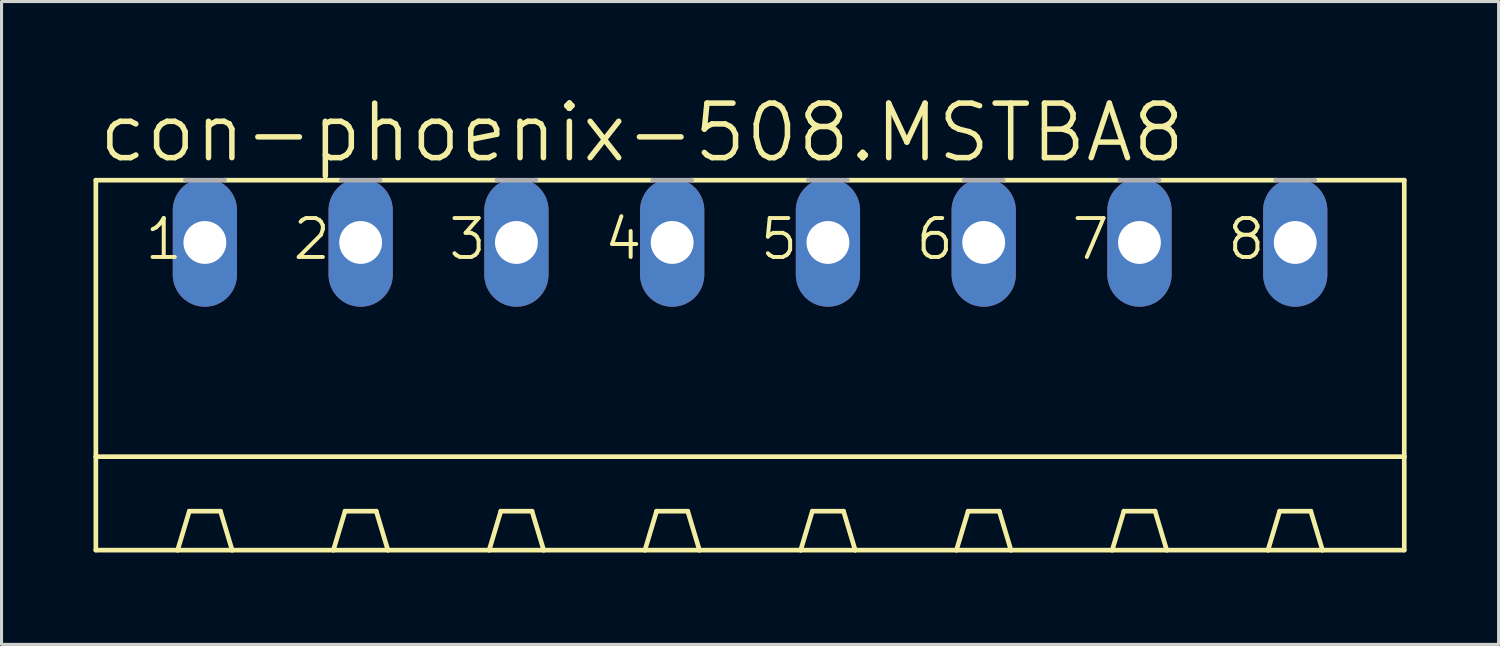
<source format=kicad_pcb>
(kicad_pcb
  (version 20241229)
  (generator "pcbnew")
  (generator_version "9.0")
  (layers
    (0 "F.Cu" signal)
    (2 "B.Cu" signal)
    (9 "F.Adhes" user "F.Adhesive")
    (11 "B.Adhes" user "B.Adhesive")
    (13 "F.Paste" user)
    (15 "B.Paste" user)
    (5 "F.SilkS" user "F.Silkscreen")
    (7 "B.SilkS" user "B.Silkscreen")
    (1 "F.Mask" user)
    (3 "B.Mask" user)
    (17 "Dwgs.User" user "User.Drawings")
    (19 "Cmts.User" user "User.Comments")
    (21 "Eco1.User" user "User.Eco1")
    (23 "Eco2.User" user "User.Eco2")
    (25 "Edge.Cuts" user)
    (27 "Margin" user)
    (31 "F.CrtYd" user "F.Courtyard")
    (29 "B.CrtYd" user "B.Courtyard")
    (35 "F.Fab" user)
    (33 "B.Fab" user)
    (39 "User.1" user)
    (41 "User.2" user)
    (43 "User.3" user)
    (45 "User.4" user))
  (footprint "con-phoenix-508.MSTBA8"
    (layer "F.Cu")
    (at 21.412 9.938)
    (property "Reference" "con-phoenix-508.MSTBA8" (at -21.336 -7.62 0) (layer "F.SilkS") (effects (font (size 1.778 1.778) (thickness 0.18)) (justify left bottom)))
    (attr through_hole)
    (fp_line (start -21.336 -7.112) (end -21.336 1.905) (stroke (width 0.152) (type default)) (layer "F.SilkS"))
    (fp_line (start -21.336 -7.112) (end -18.415 -7.112) (stroke (width 0.152) (type default)) (layer "F.SilkS"))
    (fp_line (start -21.336 1.905) (end -21.336 4.953) (stroke (width 0.152) (type default)) (layer "F.SilkS"))
    (fp_line (start -21.336 1.905) (end 21.336 1.905) (stroke (width 0.152) (type default)) (layer "F.SilkS"))
    (fp_line (start -21.336 4.953) (end -18.669 4.953) (stroke (width 0.152) (type default)) (layer "F.SilkS"))
    (fp_line (start -18.669 4.953) (end -18.288 3.683) (stroke (width 0.152) (type default)) (layer "F.SilkS"))
    (fp_line (start -18.669 4.953) (end -16.891 4.953) (stroke (width 0.152) (type default)) (layer "F.SilkS"))
    (fp_line (start -17.272 3.683) (end -18.288 3.683) (stroke (width 0.152) (type default)) (layer "F.SilkS"))
    (fp_line (start -17.145 -7.112) (end -13.335 -7.112) (stroke (width 0.152) (type default)) (layer "F.SilkS"))
    (fp_line (start -16.891 4.953) (end -17.272 3.683) (stroke (width 0.152) (type default)) (layer "F.SilkS"))
    (fp_line (start -16.891 4.953) (end -13.589 4.953) (stroke (width 0.152) (type default)) (layer "F.SilkS"))
    (fp_line (start -13.589 4.953) (end -13.208 3.683) (stroke (width 0.152) (type default)) (layer "F.SilkS"))
    (fp_line (start -13.589 4.953) (end -11.811 4.953) (stroke (width 0.152) (type default)) (layer "F.SilkS"))
    (fp_line (start -13.208 3.683) (end -12.192 3.683) (stroke (width 0.152) (type default)) (layer "F.SilkS"))
    (fp_line (start -12.065 -7.112) (end -8.255 -7.112) (stroke (width 0.152) (type default)) (layer "F.SilkS"))
    (fp_line (start -11.811 4.953) (end -12.192 3.683) (stroke (width 0.152) (type default)) (layer "F.SilkS"))
    (fp_line (start -11.811 4.953) (end -8.509 4.953) (stroke (width 0.152) (type default)) (layer "F.SilkS"))
    (fp_line (start -8.509 4.953) (end -8.128 3.683) (stroke (width 0.152) (type default)) (layer "F.SilkS"))
    (fp_line (start -8.509 4.953) (end -6.731 4.953) (stroke (width 0.152) (type default)) (layer "F.SilkS"))
    (fp_line (start -8.128 3.683) (end -7.112 3.683) (stroke (width 0.152) (type default)) (layer "F.SilkS"))
    (fp_line (start -6.985 -7.112) (end -3.175 -7.112) (stroke (width 0.152) (type default)) (layer "F.SilkS"))
    (fp_line (start -6.731 4.953) (end -7.112 3.683) (stroke (width 0.152) (type default)) (layer "F.SilkS"))
    (fp_line (start -6.731 4.953) (end -3.429 4.953) (stroke (width 0.152) (type default)) (layer "F.SilkS"))
    (fp_line (start -3.429 4.953) (end -3.048 3.683) (stroke (width 0.152) (type default)) (layer "F.SilkS"))
    (fp_line (start -3.429 4.953) (end -1.651 4.953) (stroke (width 0.152) (type default)) (layer "F.SilkS"))
    (fp_line (start -3.048 3.683) (end -2.032 3.683) (stroke (width 0.152) (type default)) (layer "F.SilkS"))
    (fp_line (start -1.905 -7.112) (end 1.905 -7.112) (stroke (width 0.152) (type default)) (layer "F.SilkS"))
    (fp_line (start -1.651 4.953) (end -2.032 3.683) (stroke (width 0.152) (type default)) (layer "F.SilkS"))
    (fp_line (start -1.651 4.953) (end 1.651 4.953) (stroke (width 0.152) (type default)) (layer "F.SilkS"))
    (fp_line (start 1.651 4.953) (end 2.032 3.683) (stroke (width 0.152) (type default)) (layer "F.SilkS"))
    (fp_line (start 1.651 4.953) (end 3.429 4.953) (stroke (width 0.152) (type default)) (layer "F.SilkS"))
    (fp_line (start 2.032 3.683) (end 3.048 3.683) (stroke (width 0.152) (type default)) (layer "F.SilkS"))
    (fp_line (start 3.175 -7.112) (end 6.985 -7.112) (stroke (width 0.152) (type default)) (layer "F.SilkS"))
    (fp_line (start 3.429 4.953) (end 3.048 3.683) (stroke (width 0.152) (type default)) (layer "F.SilkS"))
    (fp_line (start 3.429 4.953) (end 6.731 4.953) (stroke (width 0.152) (type default)) (layer "F.SilkS"))
    (fp_line (start 6.731 4.953) (end 7.112 3.683) (stroke (width 0.152) (type default)) (layer "F.SilkS"))
    (fp_line (start 6.731 4.953) (end 8.509 4.953) (stroke (width 0.152) (type default)) (layer "F.SilkS"))
    (fp_line (start 7.112 3.683) (end 8.128 3.683) (stroke (width 0.152) (type default)) (layer "F.SilkS"))
    (fp_line (start 8.255 -7.112) (end 12.065 -7.112) (stroke (width 0.152) (type default)) (layer "F.SilkS"))
    (fp_line (start 8.509 4.953) (end 8.128 3.683) (stroke (width 0.152) (type default)) (layer "F.SilkS"))
    (fp_line (start 8.509 4.953) (end 11.811 4.953) (stroke (width 0.152) (type default)) (layer "F.SilkS"))
    (fp_line (start 11.811 4.953) (end 12.192 3.683) (stroke (width 0.152) (type default)) (layer "F.SilkS"))
    (fp_line (start 11.811 4.953) (end 13.589 4.953) (stroke (width 0.152) (type default)) (layer "F.SilkS"))
    (fp_line (start 12.192 3.683) (end 13.208 3.683) (stroke (width 0.152) (type default)) (layer "F.SilkS"))
    (fp_line (start 13.335 -7.112) (end 17.145 -7.112) (stroke (width 0.152) (type default)) (layer "F.SilkS"))
    (fp_line (start 13.589 4.953) (end 13.208 3.683) (stroke (width 0.152) (type default)) (layer "F.SilkS"))
    (fp_line (start 13.589 4.953) (end 16.891 4.953) (stroke (width 0.152) (type default)) (layer "F.SilkS"))
    (fp_line (start 16.891 4.953) (end 17.272 3.683) (stroke (width 0.152) (type default)) (layer "F.SilkS"))
    (fp_line (start 16.891 4.953) (end 18.669 4.953) (stroke (width 0.152) (type default)) (layer "F.SilkS"))
    (fp_line (start 17.272 3.683) (end 18.288 3.683) (stroke (width 0.152) (type default)) (layer "F.SilkS"))
    (fp_line (start 18.415 -7.112) (end 21.336 -7.112) (stroke (width 0.152) (type default)) (layer "F.SilkS"))
    (fp_line (start 18.669 4.953) (end 18.288 3.683) (stroke (width 0.152) (type default)) (layer "F.SilkS"))
    (fp_line (start 18.669 4.953) (end 21.336 4.953) (stroke (width 0.152) (type default)) (layer "F.SilkS"))
    (fp_line (start 21.336 -7.112) (end 21.336 1.905) (stroke (width 0.152) (type default)) (layer "F.SilkS"))
    (fp_line (start 21.336 1.905) (end 21.336 4.953) (stroke (width 0.152) (type default)) (layer "F.SilkS"))
    (fp_line (start -18.415 -7.112) (end -17.145 -7.112) (stroke (width 0.152) (type default)) (layer "F.Fab"))
    (fp_line (start -13.335 -7.112) (end -12.065 -7.112) (stroke (width 0.152) (type default)) (layer "F.Fab"))
    (fp_line (start -8.255 -7.112) (end -6.985 -7.112) (stroke (width 0.152) (type default)) (layer "F.Fab"))
    (fp_line (start -3.175 -7.112) (end -1.905 -7.112) (stroke (width 0.152) (type default)) (layer "F.Fab"))
    (fp_line (start 1.905 -7.112) (end 3.175 -7.112) (stroke (width 0.152) (type default)) (layer "F.Fab"))
    (fp_line (start 6.985 -7.112) (end 8.255 -7.112) (stroke (width 0.152) (type default)) (layer "F.Fab"))
    (fp_line (start 12.065 -7.112) (end 13.335 -7.112) (stroke (width 0.152) (type default)) (layer "F.Fab"))
    (fp_line (start 17.145 -7.112) (end 18.415 -7.112) (stroke (width 0.152) (type default)) (layer "F.Fab"))
    (fp_text user "6" (at 5.334 -4.445 0) (layer "F.SilkS") (effects (font (size 1.27 1.27) (thickness 0.13)) (justify left bottom)))
    (fp_text user "2" (at -14.986 -4.445 0) (layer "F.SilkS") (effects (font (size 1.27 1.27) (thickness 0.13)) (justify left bottom)))
    (fp_text user "7" (at 10.414 -4.445 0) (layer "F.SilkS") (effects (font (size 1.27 1.27) (thickness 0.13)) (justify left bottom)))
    (fp_text user "8" (at 15.494 -4.445 0) (layer "F.SilkS") (effects (font (size 1.27 1.27) (thickness 0.13)) (justify left bottom)))
    (fp_text user "4" (at -4.826 -4.445 0) (layer "F.SilkS") (effects (font (size 1.27 1.27) (thickness 0.13)) (justify left bottom)))
    (fp_text user "5" (at 0.254 -4.445 0) (layer "F.SilkS") (effects (font (size 1.27 1.27) (thickness 0.13)) (justify left bottom)))
    (fp_text user "3" (at -9.906 -4.445 0) (layer "F.SilkS") (effects (font (size 1.27 1.27) (thickness 0.13)) (justify left bottom)))
    (fp_text user "1" (at -19.812 -4.445 0) (layer "F.SilkS") (effects (font (size 1.27 1.27) (thickness 0.13)) (justify left bottom)))
    (pad "1" thru_hole oval (at -17.78 -5.08 90) (size 4.191 2.095) (drill 1.397) (layers "*.Cu" "*.Mask"))
    (pad "2" thru_hole oval (at -12.7 -5.08 90) (size 4.191 2.095) (drill 1.397) (layers "*.Cu" "*.Mask"))
    (pad "3" thru_hole oval (at -7.62 -5.08 90) (size 4.191 2.095) (drill 1.397) (layers "*.Cu" "*.Mask"))
    (pad "4" thru_hole oval (at -2.54 -5.08 90) (size 4.191 2.095) (drill 1.397) (layers "*.Cu" "*.Mask"))
    (pad "5" thru_hole oval (at 2.54 -5.08 90) (size 4.191 2.095) (drill 1.397) (layers "*.Cu" "*.Mask"))
    (pad "6" thru_hole oval (at 7.62 -5.08 90) (size 4.191 2.095) (drill 1.397) (layers "*.Cu" "*.Mask"))
    (pad "7" thru_hole oval (at 12.7 -5.08 90) (size 4.191 2.095) (drill 1.397) (layers "*.Cu" "*.Mask"))
    (pad "8" thru_hole oval (at 17.78 -5.08 90) (size 4.191 2.095) (drill 1.397) (layers "*.Cu" "*.Mask")))
  (gr_rect
    (start -3 -3)
    (end 45.824 17.967)
    (stroke (width 0.1) (type default))
    (fill no)
    (layer "Edge.Cuts")))
</source>
